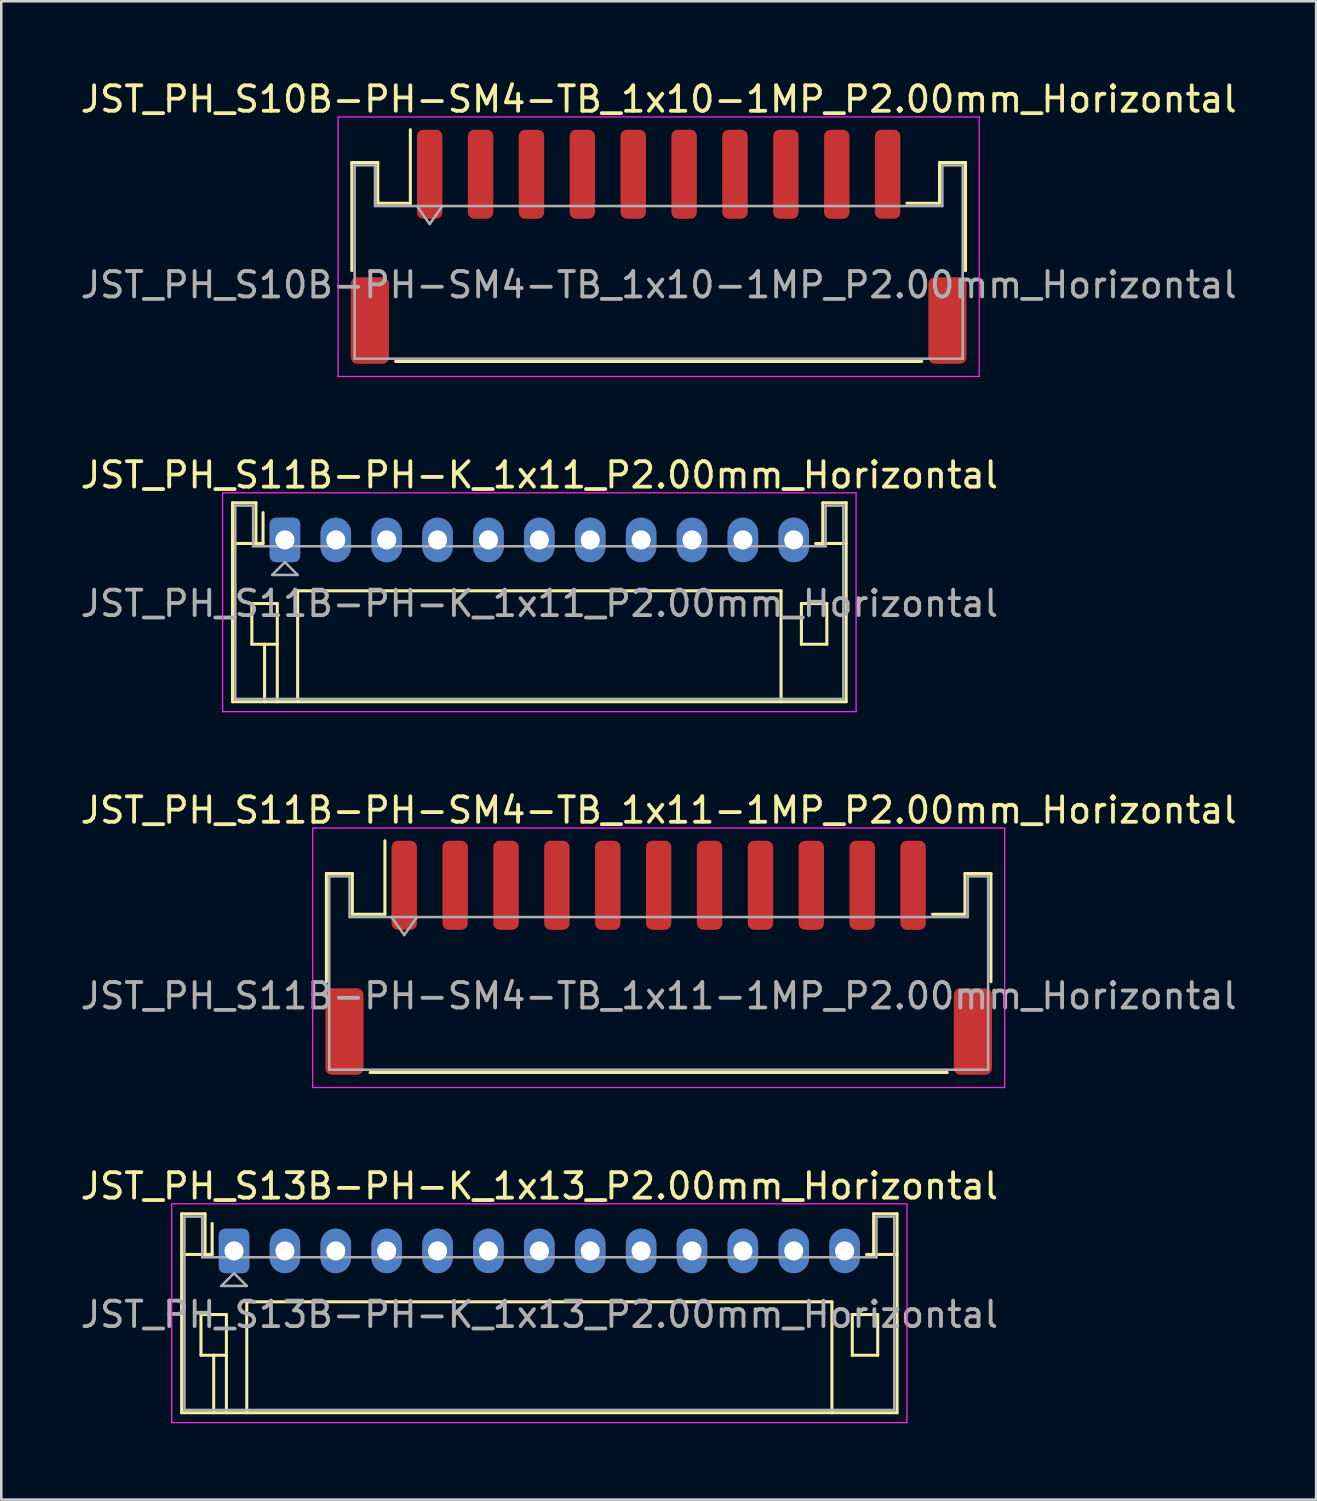
<source format=kicad_pcb>
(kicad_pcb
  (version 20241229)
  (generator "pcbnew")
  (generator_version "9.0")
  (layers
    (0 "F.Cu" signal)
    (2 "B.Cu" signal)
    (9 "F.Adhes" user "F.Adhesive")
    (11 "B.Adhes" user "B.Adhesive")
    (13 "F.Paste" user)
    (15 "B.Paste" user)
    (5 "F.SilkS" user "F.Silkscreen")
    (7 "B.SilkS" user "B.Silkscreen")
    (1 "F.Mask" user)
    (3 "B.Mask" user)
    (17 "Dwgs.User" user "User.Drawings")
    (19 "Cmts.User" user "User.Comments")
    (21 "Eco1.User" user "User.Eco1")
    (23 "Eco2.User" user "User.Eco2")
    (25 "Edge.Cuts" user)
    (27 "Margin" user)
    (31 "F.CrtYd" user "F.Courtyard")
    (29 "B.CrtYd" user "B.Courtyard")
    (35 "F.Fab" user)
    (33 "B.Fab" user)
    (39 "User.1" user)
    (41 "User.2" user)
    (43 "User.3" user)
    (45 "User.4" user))
  (footprint "JST_PH_S11B-PH-SM4-TB_1x11-1MP_P2.00mm_Horizontal"
    (layer "F.Cu")
    (at 22.839 34.595)
    (property "Reference" "JST_PH_S11B-PH-SM4-TB_1x11-1MP_P2.00mm_Horizontal" (at 0 -5.8 0) (layer "F.SilkS") (effects (font (size 1 1) (thickness 0.15))))
    (attr smd)
    (fp_line (start -13.06 -3.31) (end -12.04 -3.31) (stroke (width 0.12) (type solid)) (layer "F.SilkS"))
    (fp_line (start -13.06 0.94) (end -13.06 -3.31) (stroke (width 0.12) (type solid)) (layer "F.SilkS"))
    (fp_line (start -12.04 -3.31) (end -12.04 -1.71) (stroke (width 0.12) (type solid)) (layer "F.SilkS"))
    (fp_line (start -12.04 -1.71) (end -10.76 -1.71) (stroke (width 0.12) (type solid)) (layer "F.SilkS"))
    (fp_line (start -11.34 4.51) (end 11.34 4.51) (stroke (width 0.12) (type solid)) (layer "F.SilkS"))
    (fp_line (start -10.76 -1.71) (end -10.76 -4.6) (stroke (width 0.12) (type solid)) (layer "F.SilkS"))
    (fp_line (start 12.04 -3.31) (end 12.04 -1.71) (stroke (width 0.12) (type solid)) (layer "F.SilkS"))
    (fp_line (start 12.04 -1.71) (end 10.76 -1.71) (stroke (width 0.12) (type solid)) (layer "F.SilkS"))
    (fp_line (start 13.06 -3.31) (end 12.04 -3.31) (stroke (width 0.12) (type solid)) (layer "F.SilkS"))
    (fp_line (start 13.06 0.94) (end 13.06 -3.31) (stroke (width 0.12) (type solid)) (layer "F.SilkS"))
    (fp_line (start -13.6 -5.1) (end -13.6 5.1) (stroke (width 0.05) (type solid)) (layer "F.CrtYd"))
    (fp_line (start -13.6 5.1) (end 13.6 5.1) (stroke (width 0.05) (type solid)) (layer "F.CrtYd"))
    (fp_line (start 13.6 -5.1) (end -13.6 -5.1) (stroke (width 0.05) (type solid)) (layer "F.CrtYd"))
    (fp_line (start 13.6 5.1) (end 13.6 -5.1) (stroke (width 0.05) (type solid)) (layer "F.CrtYd"))
    (fp_line (start -12.95 -3.2) (end -12.95 4.4) (stroke (width 0.1) (type solid)) (layer "F.Fab"))
    (fp_line (start -12.95 -3.2) (end -12.15 -3.2) (stroke (width 0.1) (type solid)) (layer "F.Fab"))
    (fp_line (start -12.95 4.4) (end 12.95 4.4) (stroke (width 0.1) (type solid)) (layer "F.Fab"))
    (fp_line (start -12.15 -3.2) (end -12.15 -1.6) (stroke (width 0.1) (type solid)) (layer "F.Fab"))
    (fp_line (start -12.15 -1.6) (end 12.15 -1.6) (stroke (width 0.1) (type solid)) (layer "F.Fab"))
    (fp_line (start -10.5 -1.6) (end -10 -0.893) (stroke (width 0.1) (type solid)) (layer "F.Fab"))
    (fp_line (start -10 -0.893) (end -9.5 -1.6) (stroke (width 0.1) (type solid)) (layer "F.Fab"))
    (fp_line (start 12.15 -3.2) (end 12.95 -3.2) (stroke (width 0.1) (type solid)) (layer "F.Fab"))
    (fp_line (start 12.15 -1.6) (end 12.15 -3.2) (stroke (width 0.1) (type solid)) (layer "F.Fab"))
    (fp_line (start 12.95 -3.2) (end 12.95 4.4) (stroke (width 0.1) (type solid)) (layer "F.Fab"))
    (fp_text user "${REFERENCE}" (at 0 1.5 0) (layer "F.Fab") (effects (font (size 1 1) (thickness 0.15))))
    (pad "1" smd roundrect (at -10 -2.85) (size 1 3.5) (layers "F.Cu" "F.Mask" "F.Paste") (roundrect_rratio 0.25))
    (pad "2" smd roundrect (at -8 -2.85) (size 1 3.5) (layers "F.Cu" "F.Mask" "F.Paste") (roundrect_rratio 0.25))
    (pad "3" smd roundrect (at -6 -2.85) (size 1 3.5) (layers "F.Cu" "F.Mask" "F.Paste") (roundrect_rratio 0.25))
    (pad "4" smd roundrect (at -4 -2.85) (size 1 3.5) (layers "F.Cu" "F.Mask" "F.Paste") (roundrect_rratio 0.25))
    (pad "5" smd roundrect (at -2 -2.85) (size 1 3.5) (layers "F.Cu" "F.Mask" "F.Paste") (roundrect_rratio 0.25))
    (pad "6" smd roundrect (at 0 -2.85) (size 1 3.5) (layers "F.Cu" "F.Mask" "F.Paste") (roundrect_rratio 0.25))
    (pad "7" smd roundrect (at 2 -2.85) (size 1 3.5) (layers "F.Cu" "F.Mask" "F.Paste") (roundrect_rratio 0.25))
    (pad "8" smd roundrect (at 4 -2.85) (size 1 3.5) (layers "F.Cu" "F.Mask" "F.Paste") (roundrect_rratio 0.25))
    (pad "9" smd roundrect (at 6 -2.85) (size 1 3.5) (layers "F.Cu" "F.Mask" "F.Paste") (roundrect_rratio 0.25))
    (pad "10" smd roundrect (at 8 -2.85) (size 1 3.5) (layers "F.Cu" "F.Mask" "F.Paste") (roundrect_rratio 0.25))
    (pad "11" smd roundrect (at 10 -2.85) (size 1 3.5) (layers "F.Cu" "F.Mask" "F.Paste") (roundrect_rratio 0.25))
    (pad "MP" smd roundrect (at -12.35 2.9) (size 1.5 3.4) (layers "F.Cu" "F.Mask" "F.Paste") (roundrect_rratio 0.167))
    (pad "MP" smd roundrect (at 12.35 2.9) (size 1.5 3.4) (layers "F.Cu" "F.Mask" "F.Paste") (roundrect_rratio 0.167)))
  (footprint "JST_PH_S10B-PH-SM4-TB_1x10-1MP_P2.00mm_Horizontal"
    (layer "F.Cu")
    (at 22.839 6.648)
    (property "Reference" "JST_PH_S10B-PH-SM4-TB_1x10-1MP_P2.00mm_Horizontal" (at 0 -5.8 0) (layer "F.SilkS") (effects (font (size 1 1) (thickness 0.15))))
    (attr smd)
    (fp_line (start -12.06 -3.31) (end -11.04 -3.31) (stroke (width 0.12) (type solid)) (layer "F.SilkS"))
    (fp_line (start -12.06 0.94) (end -12.06 -3.31) (stroke (width 0.12) (type solid)) (layer "F.SilkS"))
    (fp_line (start -11.04 -3.31) (end -11.04 -1.71) (stroke (width 0.12) (type solid)) (layer "F.SilkS"))
    (fp_line (start -11.04 -1.71) (end -9.76 -1.71) (stroke (width 0.12) (type solid)) (layer "F.SilkS"))
    (fp_line (start -10.34 4.51) (end 10.34 4.51) (stroke (width 0.12) (type solid)) (layer "F.SilkS"))
    (fp_line (start -9.76 -1.71) (end -9.76 -4.6) (stroke (width 0.12) (type solid)) (layer "F.SilkS"))
    (fp_line (start 11.04 -3.31) (end 11.04 -1.71) (stroke (width 0.12) (type solid)) (layer "F.SilkS"))
    (fp_line (start 11.04 -1.71) (end 9.76 -1.71) (stroke (width 0.12) (type solid)) (layer "F.SilkS"))
    (fp_line (start 12.06 -3.31) (end 11.04 -3.31) (stroke (width 0.12) (type solid)) (layer "F.SilkS"))
    (fp_line (start 12.06 0.94) (end 12.06 -3.31) (stroke (width 0.12) (type solid)) (layer "F.SilkS"))
    (fp_line (start -12.6 -5.1) (end -12.6 5.1) (stroke (width 0.05) (type solid)) (layer "F.CrtYd"))
    (fp_line (start -12.6 5.1) (end 12.6 5.1) (stroke (width 0.05) (type solid)) (layer "F.CrtYd"))
    (fp_line (start 12.6 -5.1) (end -12.6 -5.1) (stroke (width 0.05) (type solid)) (layer "F.CrtYd"))
    (fp_line (start 12.6 5.1) (end 12.6 -5.1) (stroke (width 0.05) (type solid)) (layer "F.CrtYd"))
    (fp_line (start -11.95 -3.2) (end -11.95 4.4) (stroke (width 0.1) (type solid)) (layer "F.Fab"))
    (fp_line (start -11.95 -3.2) (end -11.15 -3.2) (stroke (width 0.1) (type solid)) (layer "F.Fab"))
    (fp_line (start -11.95 4.4) (end 11.95 4.4) (stroke (width 0.1) (type solid)) (layer "F.Fab"))
    (fp_line (start -11.15 -3.2) (end -11.15 -1.6) (stroke (width 0.1) (type solid)) (layer "F.Fab"))
    (fp_line (start -11.15 -1.6) (end 11.15 -1.6) (stroke (width 0.1) (type solid)) (layer "F.Fab"))
    (fp_line (start -9.5 -1.6) (end -9 -0.893) (stroke (width 0.1) (type solid)) (layer "F.Fab"))
    (fp_line (start -9 -0.893) (end -8.5 -1.6) (stroke (width 0.1) (type solid)) (layer "F.Fab"))
    (fp_line (start 11.15 -3.2) (end 11.95 -3.2) (stroke (width 0.1) (type solid)) (layer "F.Fab"))
    (fp_line (start 11.15 -1.6) (end 11.15 -3.2) (stroke (width 0.1) (type solid)) (layer "F.Fab"))
    (fp_line (start 11.95 -3.2) (end 11.95 4.4) (stroke (width 0.1) (type solid)) (layer "F.Fab"))
    (fp_text user "${REFERENCE}" (at 0 1.5 0) (layer "F.Fab") (effects (font (size 1 1) (thickness 0.15))))
    (pad "1" smd roundrect (at -9 -2.85) (size 1 3.5) (layers "F.Cu" "F.Mask" "F.Paste") (roundrect_rratio 0.25))
    (pad "2" smd roundrect (at -7 -2.85) (size 1 3.5) (layers "F.Cu" "F.Mask" "F.Paste") (roundrect_rratio 0.25))
    (pad "3" smd roundrect (at -5 -2.85) (size 1 3.5) (layers "F.Cu" "F.Mask" "F.Paste") (roundrect_rratio 0.25))
    (pad "4" smd roundrect (at -3 -2.85) (size 1 3.5) (layers "F.Cu" "F.Mask" "F.Paste") (roundrect_rratio 0.25))
    (pad "5" smd roundrect (at -1 -2.85) (size 1 3.5) (layers "F.Cu" "F.Mask" "F.Paste") (roundrect_rratio 0.25))
    (pad "6" smd roundrect (at 1 -2.85) (size 1 3.5) (layers "F.Cu" "F.Mask" "F.Paste") (roundrect_rratio 0.25))
    (pad "7" smd roundrect (at 3 -2.85) (size 1 3.5) (layers "F.Cu" "F.Mask" "F.Paste") (roundrect_rratio 0.25))
    (pad "8" smd roundrect (at 5 -2.85) (size 1 3.5) (layers "F.Cu" "F.Mask" "F.Paste") (roundrect_rratio 0.25))
    (pad "9" smd roundrect (at 7 -2.85) (size 1 3.5) (layers "F.Cu" "F.Mask" "F.Paste") (roundrect_rratio 0.25))
    (pad "10" smd roundrect (at 9 -2.85) (size 1 3.5) (layers "F.Cu" "F.Mask" "F.Paste") (roundrect_rratio 0.25))
    (pad "MP" smd roundrect (at -11.35 2.9) (size 1.5 3.4) (layers "F.Cu" "F.Mask" "F.Paste") (roundrect_rratio 0.167))
    (pad "MP" smd roundrect (at 11.35 2.9) (size 1.5 3.4) (layers "F.Cu" "F.Mask" "F.Paste") (roundrect_rratio 0.167)))
  (footprint "JST_PH_S11B-PH-K_1x11_P2.00mm_Horizontal"
    (layer "F.Cu")
    (at 8.149 18.172)
    (property "Reference" "JST_PH_S11B-PH-K_1x11_P2.00mm_Horizontal" (at 10 -2.55 0) (layer "F.SilkS") (effects (font (size 1 1) (thickness 0.15))))
    (attr through_hole)
    (fp_line (start -2.06 -1.46) (end -2.06 6.36) (stroke (width 0.12) (type solid)) (layer "F.SilkS"))
    (fp_line (start -2.06 0.14) (end -1.14 0.14) (stroke (width 0.12) (type solid)) (layer "F.SilkS"))
    (fp_line (start -2.06 6.36) (end 22.06 6.36) (stroke (width 0.12) (type solid)) (layer "F.SilkS"))
    (fp_line (start -1.3 2.5) (end -1.3 4.1) (stroke (width 0.12) (type solid)) (layer "F.SilkS"))
    (fp_line (start -1.3 4.1) (end -0.3 4.1) (stroke (width 0.12) (type solid)) (layer "F.SilkS"))
    (fp_line (start -1.14 -1.46) (end -2.06 -1.46) (stroke (width 0.12) (type solid)) (layer "F.SilkS"))
    (fp_line (start -1.14 0.14) (end -1.14 -1.46) (stroke (width 0.12) (type solid)) (layer "F.SilkS"))
    (fp_line (start -0.86 0.14) (end -1.14 0.14) (stroke (width 0.12) (type solid)) (layer "F.SilkS"))
    (fp_line (start -0.86 0.14) (end -0.86 -1.075) (stroke (width 0.12) (type solid)) (layer "F.SilkS"))
    (fp_line (start -0.8 4.1) (end -0.8 6.36) (stroke (width 0.12) (type solid)) (layer "F.SilkS"))
    (fp_line (start -0.3 2.5) (end -1.3 2.5) (stroke (width 0.12) (type solid)) (layer "F.SilkS"))
    (fp_line (start -0.3 4.1) (end -0.3 2.5) (stroke (width 0.12) (type solid)) (layer "F.SilkS"))
    (fp_line (start -0.3 4.1) (end -0.3 6.36) (stroke (width 0.12) (type solid)) (layer "F.SilkS"))
    (fp_line (start 0.5 2) (end 19.5 2) (stroke (width 0.12) (type solid)) (layer "F.SilkS"))
    (fp_line (start 0.5 6.36) (end 0.5 2) (stroke (width 0.12) (type solid)) (layer "F.SilkS"))
    (fp_line (start 19.5 2) (end 19.5 6.36) (stroke (width 0.12) (type solid)) (layer "F.SilkS"))
    (fp_line (start 20.3 2.5) (end 21.3 2.5) (stroke (width 0.12) (type solid)) (layer "F.SilkS"))
    (fp_line (start 20.3 4.1) (end 20.3 2.5) (stroke (width 0.12) (type solid)) (layer "F.SilkS"))
    (fp_line (start 21.14 -1.46) (end 21.14 0.14) (stroke (width 0.12) (type solid)) (layer "F.SilkS"))
    (fp_line (start 21.14 0.14) (end 20.86 0.14) (stroke (width 0.12) (type solid)) (layer "F.SilkS"))
    (fp_line (start 21.3 2.5) (end 21.3 4.1) (stroke (width 0.12) (type solid)) (layer "F.SilkS"))
    (fp_line (start 21.3 4.1) (end 20.3 4.1) (stroke (width 0.12) (type solid)) (layer "F.SilkS"))
    (fp_line (start 22.06 -1.46) (end 21.14 -1.46) (stroke (width 0.12) (type solid)) (layer "F.SilkS"))
    (fp_line (start 22.06 0.14) (end 21.14 0.14) (stroke (width 0.12) (type solid)) (layer "F.SilkS"))
    (fp_line (start 22.06 6.36) (end 22.06 -1.46) (stroke (width 0.12) (type solid)) (layer "F.SilkS"))
    (fp_line (start -2.45 -1.85) (end -2.45 6.75) (stroke (width 0.05) (type solid)) (layer "F.CrtYd"))
    (fp_line (start -2.45 6.75) (end 22.45 6.75) (stroke (width 0.05) (type solid)) (layer "F.CrtYd"))
    (fp_line (start 22.45 -1.85) (end -2.45 -1.85) (stroke (width 0.05) (type solid)) (layer "F.CrtYd"))
    (fp_line (start 22.45 6.75) (end 22.45 -1.85) (stroke (width 0.05) (type solid)) (layer "F.CrtYd"))
    (fp_line (start -1.95 -1.35) (end -1.95 6.25) (stroke (width 0.1) (type solid)) (layer "F.Fab"))
    (fp_line (start -1.95 6.25) (end 21.95 6.25) (stroke (width 0.1) (type solid)) (layer "F.Fab"))
    (fp_line (start -1.25 -1.35) (end -1.95 -1.35) (stroke (width 0.1) (type solid)) (layer "F.Fab"))
    (fp_line (start -1.25 0.25) (end -1.25 -1.35) (stroke (width 0.1) (type solid)) (layer "F.Fab"))
    (fp_line (start -0.5 1.375) (end 0.5 1.375) (stroke (width 0.1) (type solid)) (layer "F.Fab"))
    (fp_line (start 0 0.875) (end -0.5 1.375) (stroke (width 0.1) (type solid)) (layer "F.Fab"))
    (fp_line (start 0.5 1.375) (end 0 0.875) (stroke (width 0.1) (type solid)) (layer "F.Fab"))
    (fp_line (start 21.25 -1.35) (end 21.25 0.25) (stroke (width 0.1) (type solid)) (layer "F.Fab"))
    (fp_line (start 21.25 0.25) (end -1.25 0.25) (stroke (width 0.1) (type solid)) (layer "F.Fab"))
    (fp_line (start 21.95 -1.35) (end 21.25 -1.35) (stroke (width 0.1) (type solid)) (layer "F.Fab"))
    (fp_line (start 21.95 6.25) (end 21.95 -1.35) (stroke (width 0.1) (type solid)) (layer "F.Fab"))
    (fp_text user "${REFERENCE}" (at 10 2.5 0) (layer "F.Fab") (effects (font (size 1 1) (thickness 0.15))))
    (pad "1" thru_hole roundrect (at 0 0) (size 1.2 1.75) (drill 0.75) (layers "*.Cu" "*.Mask") (roundrect_rratio 0.208))
    (pad "2" thru_hole oval (at 2 0) (size 1.2 1.75) (drill 0.75) (layers "*.Cu" "*.Mask"))
    (pad "3" thru_hole oval (at 4 0) (size 1.2 1.75) (drill 0.75) (layers "*.Cu" "*.Mask"))
    (pad "4" thru_hole oval (at 6 0) (size 1.2 1.75) (drill 0.75) (layers "*.Cu" "*.Mask"))
    (pad "5" thru_hole oval (at 8 0) (size 1.2 1.75) (drill 0.75) (layers "*.Cu" "*.Mask"))
    (pad "6" thru_hole oval (at 10 0) (size 1.2 1.75) (drill 0.75) (layers "*.Cu" "*.Mask"))
    (pad "7" thru_hole oval (at 12 0) (size 1.2 1.75) (drill 0.75) (layers "*.Cu" "*.Mask"))
    (pad "8" thru_hole oval (at 14 0) (size 1.2 1.75) (drill 0.75) (layers "*.Cu" "*.Mask"))
    (pad "9" thru_hole oval (at 16 0) (size 1.2 1.75) (drill 0.75) (layers "*.Cu" "*.Mask"))
    (pad "10" thru_hole oval (at 18 0) (size 1.2 1.75) (drill 0.75) (layers "*.Cu" "*.Mask"))
    (pad "11" thru_hole oval (at 20 0) (size 1.2 1.75) (drill 0.75) (layers "*.Cu" "*.Mask")))
  (footprint "JST_PH_S13B-PH-K_1x13_P2.00mm_Horizontal"
    (layer "F.Cu")
    (at 6.149 46.118)
    (property "Reference" "JST_PH_S13B-PH-K_1x13_P2.00mm_Horizontal" (at 12 -2.55 0) (layer "F.SilkS") (effects (font (size 1 1) (thickness 0.15))))
    (attr through_hole)
    (fp_line (start -2.06 -1.46) (end -2.06 6.36) (stroke (width 0.12) (type solid)) (layer "F.SilkS"))
    (fp_line (start -2.06 0.14) (end -1.14 0.14) (stroke (width 0.12) (type solid)) (layer "F.SilkS"))
    (fp_line (start -2.06 6.36) (end 26.06 6.36) (stroke (width 0.12) (type solid)) (layer "F.SilkS"))
    (fp_line (start -1.3 2.5) (end -1.3 4.1) (stroke (width 0.12) (type solid)) (layer "F.SilkS"))
    (fp_line (start -1.3 4.1) (end -0.3 4.1) (stroke (width 0.12) (type solid)) (layer "F.SilkS"))
    (fp_line (start -1.14 -1.46) (end -2.06 -1.46) (stroke (width 0.12) (type solid)) (layer "F.SilkS"))
    (fp_line (start -1.14 0.14) (end -1.14 -1.46) (stroke (width 0.12) (type solid)) (layer "F.SilkS"))
    (fp_line (start -0.86 0.14) (end -1.14 0.14) (stroke (width 0.12) (type solid)) (layer "F.SilkS"))
    (fp_line (start -0.86 0.14) (end -0.86 -1.075) (stroke (width 0.12) (type solid)) (layer "F.SilkS"))
    (fp_line (start -0.8 4.1) (end -0.8 6.36) (stroke (width 0.12) (type solid)) (layer "F.SilkS"))
    (fp_line (start -0.3 2.5) (end -1.3 2.5) (stroke (width 0.12) (type solid)) (layer "F.SilkS"))
    (fp_line (start -0.3 4.1) (end -0.3 2.5) (stroke (width 0.12) (type solid)) (layer "F.SilkS"))
    (fp_line (start -0.3 4.1) (end -0.3 6.36) (stroke (width 0.12) (type solid)) (layer "F.SilkS"))
    (fp_line (start 0.5 2) (end 23.5 2) (stroke (width 0.12) (type solid)) (layer "F.SilkS"))
    (fp_line (start 0.5 6.36) (end 0.5 2) (stroke (width 0.12) (type solid)) (layer "F.SilkS"))
    (fp_line (start 23.5 2) (end 23.5 6.36) (stroke (width 0.12) (type solid)) (layer "F.SilkS"))
    (fp_line (start 24.3 2.5) (end 25.3 2.5) (stroke (width 0.12) (type solid)) (layer "F.SilkS"))
    (fp_line (start 24.3 4.1) (end 24.3 2.5) (stroke (width 0.12) (type solid)) (layer "F.SilkS"))
    (fp_line (start 25.14 -1.46) (end 25.14 0.14) (stroke (width 0.12) (type solid)) (layer "F.SilkS"))
    (fp_line (start 25.14 0.14) (end 24.86 0.14) (stroke (width 0.12) (type solid)) (layer "F.SilkS"))
    (fp_line (start 25.3 2.5) (end 25.3 4.1) (stroke (width 0.12) (type solid)) (layer "F.SilkS"))
    (fp_line (start 25.3 4.1) (end 24.3 4.1) (stroke (width 0.12) (type solid)) (layer "F.SilkS"))
    (fp_line (start 26.06 -1.46) (end 25.14 -1.46) (stroke (width 0.12) (type solid)) (layer "F.SilkS"))
    (fp_line (start 26.06 0.14) (end 25.14 0.14) (stroke (width 0.12) (type solid)) (layer "F.SilkS"))
    (fp_line (start 26.06 6.36) (end 26.06 -1.46) (stroke (width 0.12) (type solid)) (layer "F.SilkS"))
    (fp_line (start -2.45 -1.85) (end -2.45 6.75) (stroke (width 0.05) (type solid)) (layer "F.CrtYd"))
    (fp_line (start -2.45 6.75) (end 26.45 6.75) (stroke (width 0.05) (type solid)) (layer "F.CrtYd"))
    (fp_line (start 26.45 -1.85) (end -2.45 -1.85) (stroke (width 0.05) (type solid)) (layer "F.CrtYd"))
    (fp_line (start 26.45 6.75) (end 26.45 -1.85) (stroke (width 0.05) (type solid)) (layer "F.CrtYd"))
    (fp_line (start -1.95 -1.35) (end -1.95 6.25) (stroke (width 0.1) (type solid)) (layer "F.Fab"))
    (fp_line (start -1.95 6.25) (end 25.95 6.25) (stroke (width 0.1) (type solid)) (layer "F.Fab"))
    (fp_line (start -1.25 -1.35) (end -1.95 -1.35) (stroke (width 0.1) (type solid)) (layer "F.Fab"))
    (fp_line (start -1.25 0.25) (end -1.25 -1.35) (stroke (width 0.1) (type solid)) (layer "F.Fab"))
    (fp_line (start -0.5 1.375) (end 0.5 1.375) (stroke (width 0.1) (type solid)) (layer "F.Fab"))
    (fp_line (start 0 0.875) (end -0.5 1.375) (stroke (width 0.1) (type solid)) (layer "F.Fab"))
    (fp_line (start 0.5 1.375) (end 0 0.875) (stroke (width 0.1) (type solid)) (layer "F.Fab"))
    (fp_line (start 25.25 -1.35) (end 25.25 0.25) (stroke (width 0.1) (type solid)) (layer "F.Fab"))
    (fp_line (start 25.25 0.25) (end -1.25 0.25) (stroke (width 0.1) (type solid)) (layer "F.Fab"))
    (fp_line (start 25.95 -1.35) (end 25.25 -1.35) (stroke (width 0.1) (type solid)) (layer "F.Fab"))
    (fp_line (start 25.95 6.25) (end 25.95 -1.35) (stroke (width 0.1) (type solid)) (layer "F.Fab"))
    (fp_text user "${REFERENCE}" (at 12 2.5 0) (layer "F.Fab") (effects (font (size 1 1) (thickness 0.15))))
    (pad "1" thru_hole roundrect (at 0 0) (size 1.2 1.75) (drill 0.75) (layers "*.Cu" "*.Mask") (roundrect_rratio 0.208))
    (pad "2" thru_hole oval (at 2 0) (size 1.2 1.75) (drill 0.75) (layers "*.Cu" "*.Mask"))
    (pad "3" thru_hole oval (at 4 0) (size 1.2 1.75) (drill 0.75) (layers "*.Cu" "*.Mask"))
    (pad "4" thru_hole oval (at 6 0) (size 1.2 1.75) (drill 0.75) (layers "*.Cu" "*.Mask"))
    (pad "5" thru_hole oval (at 8 0) (size 1.2 1.75) (drill 0.75) (layers "*.Cu" "*.Mask"))
    (pad "6" thru_hole oval (at 10 0) (size 1.2 1.75) (drill 0.75) (layers "*.Cu" "*.Mask"))
    (pad "7" thru_hole oval (at 12 0) (size 1.2 1.75) (drill 0.75) (layers "*.Cu" "*.Mask"))
    (pad "8" thru_hole oval (at 14 0) (size 1.2 1.75) (drill 0.75) (layers "*.Cu" "*.Mask"))
    (pad "9" thru_hole oval (at 16 0) (size 1.2 1.75) (drill 0.75) (layers "*.Cu" "*.Mask"))
    (pad "10" thru_hole oval (at 18 0) (size 1.2 1.75) (drill 0.75) (layers "*.Cu" "*.Mask"))
    (pad "11" thru_hole oval (at 20 0) (size 1.2 1.75) (drill 0.75) (layers "*.Cu" "*.Mask"))
    (pad "12" thru_hole oval (at 22 0) (size 1.2 1.75) (drill 0.75) (layers "*.Cu" "*.Mask"))
    (pad "13" thru_hole oval (at 24 0) (size 1.2 1.75) (drill 0.75) (layers "*.Cu" "*.Mask")))
  (gr_rect
    (start -3 -3)
    (end 48.679 55.893)
    (stroke (width 0.1) (type default))
    (fill no)
    (layer "Edge.Cuts")))
</source>
